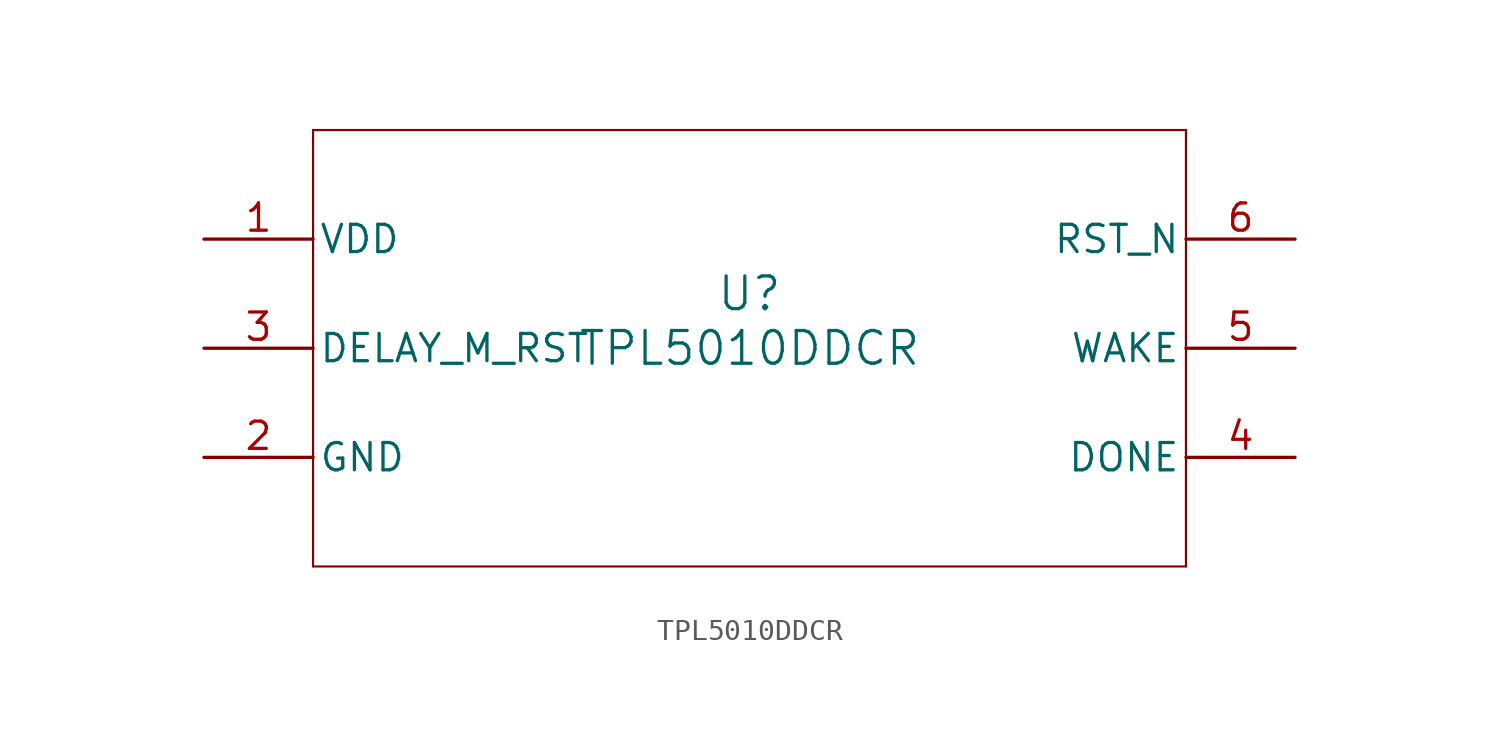
<source format=kicad_sym>
(kicad_symbol_lib
  (version 20211014)
  (generator kicad_symbol_editor)
  (symbol "TPL5010DDCR"
    (pin_names
      (offset 0.254))
    (property "Reference" "U"
      (at 0 2.54 0)
      (effects (font (size 1.524 1.524))))
    (property "Value" "TPL5010DDCR"
      (at 0 0 0)
      (effects (font (size 1.524 1.524))))
    (symbol "TPL5010DDCR_0_1"
      (polyline (pts (xy -20.32 -10.16) (xy 20.32 -10.16)) (stroke (width 0.102) (type default) (color 0 0 0 0)) (fill (type none)))
      (polyline (pts (xy 20.32 -10.16) (xy 20.32 10.16)) (stroke (width 0.102) (type default) (color 0 0 0 0)) (fill (type none)))
      (polyline (pts (xy 20.32 10.16) (xy -20.32 10.16)) (stroke (width 0.102) (type default) (color 0 0 0 0)) (fill (type none)))
      (polyline (pts (xy -20.32 10.16) (xy -20.32 -10.16)) (stroke (width 0.102) (type default) (color 0 0 0 0)) (fill (type none)))
      (pin power_in line (at -25.4 5.08 0) (length 5.08) (name "VDD" (effects (font (size 1.27 1.27)))) (number "1" (effects (font (size 1.27 1.27)))))
      (pin power_in line (at -25.4 -5.08 0) (length 5.08) (name "GND" (effects (font (size 1.27 1.27)))) (number "2" (effects (font (size 1.27 1.27)))))
      (pin input line (at -25.4 0 0) (length 5.08) (name "DELAY_M_RST" (effects (font (size 1.27 1.27)))) (number "3" (effects (font (size 1.27 1.27)))))
      (pin input line (at 25.4 -5.08 180) (length 5.08) (name "DONE" (effects (font (size 1.27 1.27)))) (number "4" (effects (font (size 1.27 1.27)))))
      (pin output line (at 25.4 0 180) (length 5.08) (name "WAKE" (effects (font (size 1.27 1.27)))) (number "5" (effects (font (size 1.27 1.27)))))
      (pin output line (at 25.4 5.08 180) (length 5.08) (name "RST_N" (effects (font (size 1.27 1.27)))) (number "6" (effects (font (size 1.27 1.27))))))))
</source>
